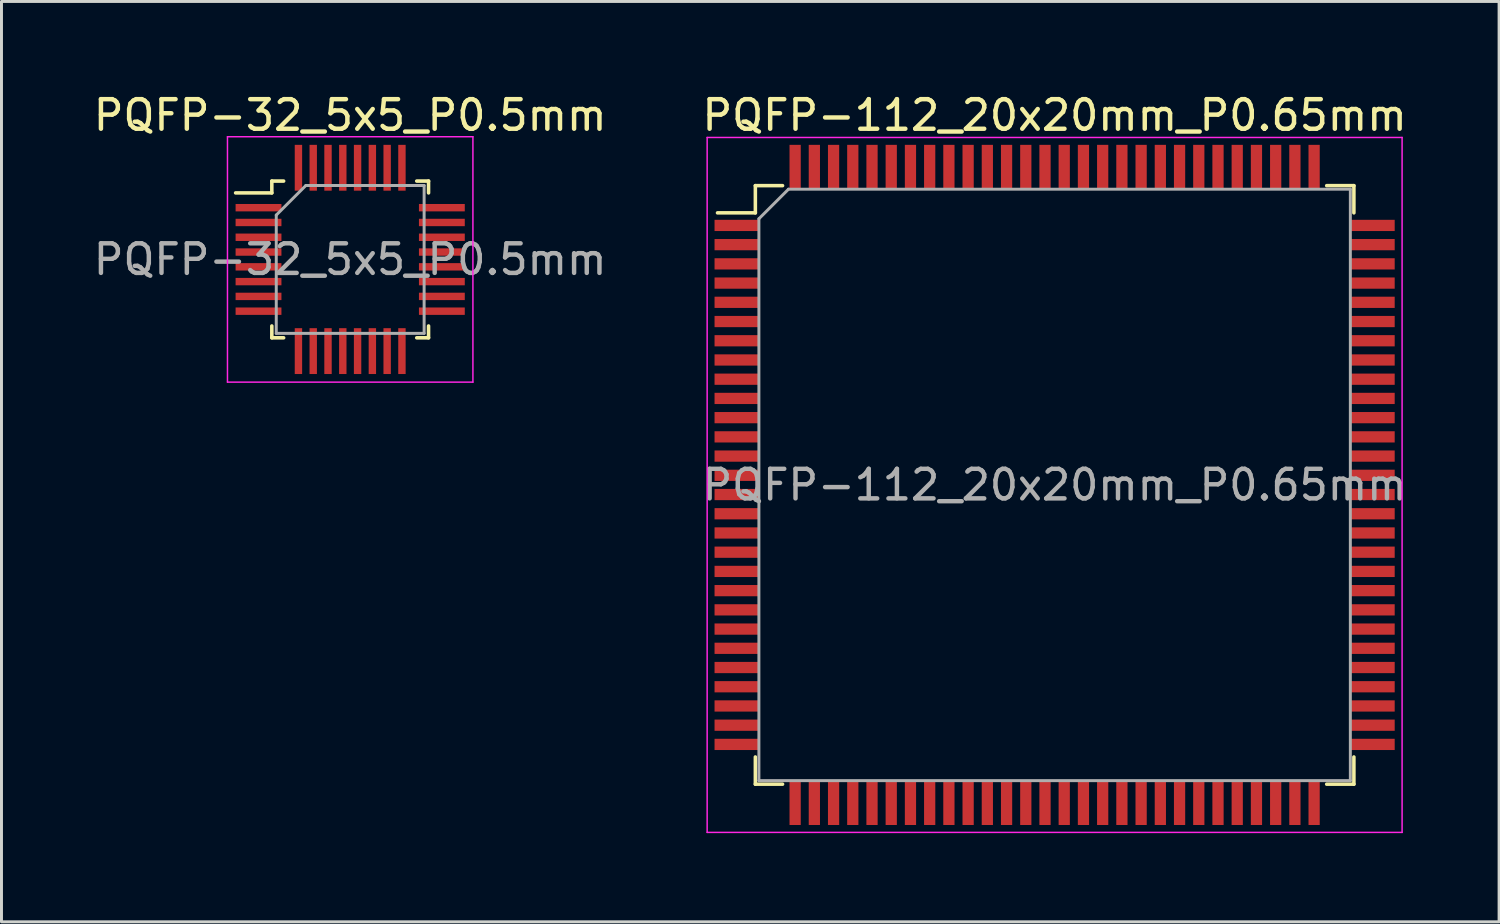
<source format=kicad_pcb>
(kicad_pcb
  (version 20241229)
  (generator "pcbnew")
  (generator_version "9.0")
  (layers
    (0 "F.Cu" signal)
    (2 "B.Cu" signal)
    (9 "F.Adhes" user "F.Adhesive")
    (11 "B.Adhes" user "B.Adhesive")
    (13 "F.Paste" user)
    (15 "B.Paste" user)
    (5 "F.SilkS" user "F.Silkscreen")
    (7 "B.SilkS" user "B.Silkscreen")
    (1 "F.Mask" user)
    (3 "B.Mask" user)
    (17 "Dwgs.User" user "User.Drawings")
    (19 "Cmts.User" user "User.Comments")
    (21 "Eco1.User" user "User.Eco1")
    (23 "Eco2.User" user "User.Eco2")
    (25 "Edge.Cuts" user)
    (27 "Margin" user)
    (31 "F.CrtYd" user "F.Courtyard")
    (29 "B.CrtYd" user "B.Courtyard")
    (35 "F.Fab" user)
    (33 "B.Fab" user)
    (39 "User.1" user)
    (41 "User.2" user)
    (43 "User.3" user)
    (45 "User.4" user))
  (footprint "PQFP-32_5x5_P0.5mm"
    (layer "F.Cu")
    (at 8.792 5.723)
    (property "Reference" "PQFP-32_5x5_P0.5mm" (at 0 -4.875 0) (layer "F.SilkS") (effects (font (size 1 1) (thickness 0.15))))
    (attr smd)
    (fp_line (start -2.65 -2.65) (end -2.65 -2.25) (stroke (width 0.12) (type solid)) (layer "F.SilkS"))
    (fp_line (start -2.65 -2.25) (end -3.875 -2.25) (stroke (width 0.12) (type solid)) (layer "F.SilkS"))
    (fp_line (start -2.65 2.65) (end -2.65 2.25) (stroke (width 0.12) (type solid)) (layer "F.SilkS"))
    (fp_line (start -2.25 -2.65) (end -2.65 -2.65) (stroke (width 0.12) (type solid)) (layer "F.SilkS"))
    (fp_line (start -2.25 2.65) (end -2.65 2.65) (stroke (width 0.12) (type solid)) (layer "F.SilkS"))
    (fp_line (start 2.25 -2.65) (end 2.65 -2.65) (stroke (width 0.12) (type solid)) (layer "F.SilkS"))
    (fp_line (start 2.25 2.65) (end 2.65 2.65) (stroke (width 0.12) (type solid)) (layer "F.SilkS"))
    (fp_line (start 2.65 -2.65) (end 2.65 -2.25) (stroke (width 0.12) (type solid)) (layer "F.SilkS"))
    (fp_line (start 2.65 2.65) (end 2.65 2.25) (stroke (width 0.12) (type solid)) (layer "F.SilkS"))
    (fp_line (start -4.15 -4.15) (end 4.15 -4.15) (stroke (width 0.05) (type solid)) (layer "F.CrtYd"))
    (fp_line (start -4.15 4.15) (end -4.15 -4.15) (stroke (width 0.05) (type solid)) (layer "F.CrtYd"))
    (fp_line (start 4.15 -4.15) (end 4.15 4.15) (stroke (width 0.05) (type solid)) (layer "F.CrtYd"))
    (fp_line (start 4.15 4.15) (end -4.15 4.15) (stroke (width 0.05) (type solid)) (layer "F.CrtYd"))
    (fp_line (start -2.5 -1.5) (end -2.5 2.5) (stroke (width 0.1) (type solid)) (layer "F.Fab"))
    (fp_line (start -2.5 2.5) (end 2.5 2.5) (stroke (width 0.1) (type solid)) (layer "F.Fab"))
    (fp_line (start -1.5 -2.5) (end -2.5 -1.5) (stroke (width 0.1) (type solid)) (layer "F.Fab"))
    (fp_line (start 2.5 -2.5) (end -1.5 -2.5) (stroke (width 0.1) (type solid)) (layer "F.Fab"))
    (fp_line (start 2.5 2.5) (end 2.5 -2.5) (stroke (width 0.1) (type solid)) (layer "F.Fab"))
    (fp_text user "${REFERENCE}" (at 0 0 0) (unlocked yes) (layer "F.Fab") (effects (font (size 1 1) (thickness 0.15))))
    (pad "1" smd rect (at -3.1 -1.75 90) (size 0.25 1.55) (layers "F.Cu" "F.Mask" "F.Paste"))
    (pad "2" smd rect (at -3.1 -1.25 90) (size 0.25 1.55) (layers "F.Cu" "F.Mask" "F.Paste"))
    (pad "3" smd rect (at -3.1 -0.75 90) (size 0.25 1.55) (layers "F.Cu" "F.Mask" "F.Paste"))
    (pad "4" smd rect (at -3.1 -0.25 90) (size 0.25 1.55) (layers "F.Cu" "F.Mask" "F.Paste"))
    (pad "5" smd rect (at -3.1 0.25 90) (size 0.25 1.55) (layers "F.Cu" "F.Mask" "F.Paste"))
    (pad "6" smd rect (at -3.1 0.75 90) (size 0.25 1.55) (layers "F.Cu" "F.Mask" "F.Paste"))
    (pad "7" smd rect (at -3.1 1.25 90) (size 0.25 1.55) (layers "F.Cu" "F.Mask" "F.Paste"))
    (pad "8" smd rect (at -3.1 1.75 90) (size 0.25 1.55) (layers "F.Cu" "F.Mask" "F.Paste"))
    (pad "9" smd rect (at -1.75 3.1) (size 0.25 1.55) (layers "F.Cu" "F.Mask" "F.Paste"))
    (pad "10" smd rect (at -1.25 3.1) (size 0.25 1.55) (layers "F.Cu" "F.Mask" "F.Paste"))
    (pad "11" smd rect (at -0.75 3.1) (size 0.25 1.55) (layers "F.Cu" "F.Mask" "F.Paste"))
    (pad "12" smd rect (at -0.25 3.1) (size 0.25 1.55) (layers "F.Cu" "F.Mask" "F.Paste"))
    (pad "13" smd rect (at 0.25 3.1) (size 0.25 1.55) (layers "F.Cu" "F.Mask" "F.Paste"))
    (pad "14" smd rect (at 0.75 3.1) (size 0.25 1.55) (layers "F.Cu" "F.Mask" "F.Paste"))
    (pad "15" smd rect (at 1.25 3.1) (size 0.25 1.55) (layers "F.Cu" "F.Mask" "F.Paste"))
    (pad "16" smd rect (at 1.75 3.1) (size 0.25 1.55) (layers "F.Cu" "F.Mask" "F.Paste"))
    (pad "17" smd rect (at 3.1 1.75 90) (size 0.25 1.55) (layers "F.Cu" "F.Mask" "F.Paste"))
    (pad "18" smd rect (at 3.1 1.25 90) (size 0.25 1.55) (layers "F.Cu" "F.Mask" "F.Paste"))
    (pad "19" smd rect (at 3.1 0.75 90) (size 0.25 1.55) (layers "F.Cu" "F.Mask" "F.Paste"))
    (pad "20" smd rect (at 3.1 0.25 90) (size 0.25 1.55) (layers "F.Cu" "F.Mask" "F.Paste"))
    (pad "21" smd rect (at 3.1 -0.25 90) (size 0.25 1.55) (layers "F.Cu" "F.Mask" "F.Paste"))
    (pad "22" smd rect (at 3.1 -0.75 90) (size 0.25 1.55) (layers "F.Cu" "F.Mask" "F.Paste"))
    (pad "23" smd rect (at 3.1 -1.25 90) (size 0.25 1.55) (layers "F.Cu" "F.Mask" "F.Paste"))
    (pad "24" smd rect (at 3.1 -1.75 90) (size 0.25 1.55) (layers "F.Cu" "F.Mask" "F.Paste"))
    (pad "25" smd rect (at 1.75 -3.1) (size 0.25 1.55) (layers "F.Cu" "F.Mask" "F.Paste"))
    (pad "26" smd rect (at 1.25 -3.1) (size 0.25 1.55) (layers "F.Cu" "F.Mask" "F.Paste"))
    (pad "27" smd rect (at 0.75 -3.1) (size 0.25 1.55) (layers "F.Cu" "F.Mask" "F.Paste"))
    (pad "28" smd rect (at 0.25 -3.1) (size 0.25 1.55) (layers "F.Cu" "F.Mask" "F.Paste"))
    (pad "29" smd rect (at -0.25 -3.1) (size 0.25 1.55) (layers "F.Cu" "F.Mask" "F.Paste"))
    (pad "30" smd rect (at -0.75 -3.1) (size 0.25 1.55) (layers "F.Cu" "F.Mask" "F.Paste"))
    (pad "31" smd rect (at -1.25 -3.1) (size 0.25 1.55) (layers "F.Cu" "F.Mask" "F.Paste"))
    (pad "32" smd rect (at -1.75 -3.1) (size 0.25 1.55) (layers "F.Cu" "F.Mask" "F.Paste")))
  (footprint "PQFP-112_20x20mm_P0.65mm"
    (layer "F.Cu")
    (at 32.613 13.348)
    (property "Reference" "PQFP-112_20x20mm_P0.65mm" (at 0 -12.5 0) (layer "F.SilkS") (effects (font (size 1 1) (thickness 0.15))))
    (attr smd)
    (fp_line (start -11.4 -9.2) (end -10.12 -9.2) (stroke (width 0.12) (type solid)) (layer "F.SilkS"))
    (fp_line (start -10.12 -10.12) (end -10.12 -9.2) (stroke (width 0.12) (type solid)) (layer "F.SilkS"))
    (fp_line (start -10.12 10.12) (end -10.12 9.2) (stroke (width 0.12) (type solid)) (layer "F.SilkS"))
    (fp_line (start -9.2 -10.12) (end -10.12 -10.12) (stroke (width 0.12) (type solid)) (layer "F.SilkS"))
    (fp_line (start -9.2 10.12) (end -10.12 10.12) (stroke (width 0.12) (type solid)) (layer "F.SilkS"))
    (fp_line (start 9.2 -10.12) (end 10.12 -10.12) (stroke (width 0.12) (type solid)) (layer "F.SilkS"))
    (fp_line (start 9.2 10.12) (end 10.12 10.12) (stroke (width 0.12) (type solid)) (layer "F.SilkS"))
    (fp_line (start 10.12 -10.12) (end 10.12 -9.2) (stroke (width 0.12) (type solid)) (layer "F.SilkS"))
    (fp_line (start 10.12 10.12) (end 10.12 9.2) (stroke (width 0.12) (type solid)) (layer "F.SilkS"))
    (fp_line (start -11.75 -11.75) (end -11.75 11.75) (stroke (width 0.05) (type solid)) (layer "F.CrtYd"))
    (fp_line (start -11.75 -11.75) (end 11.75 -11.75) (stroke (width 0.05) (type solid)) (layer "F.CrtYd"))
    (fp_line (start -11.75 11.75) (end 11.75 11.75) (stroke (width 0.05) (type solid)) (layer "F.CrtYd"))
    (fp_line (start 11.75 -11.75) (end 11.75 11.75) (stroke (width 0.05) (type solid)) (layer "F.CrtYd"))
    (fp_line (start -10 -9) (end -10 10) (stroke (width 0.1) (type solid)) (layer "F.Fab"))
    (fp_line (start -9 -10) (end -10 -9) (stroke (width 0.1) (type solid)) (layer "F.Fab"))
    (fp_line (start -9 -10) (end 10 -10) (stroke (width 0.1) (type solid)) (layer "F.Fab"))
    (fp_line (start 10 10) (end -10 10) (stroke (width 0.1) (type solid)) (layer "F.Fab"))
    (fp_line (start 10 10) (end 10 -10) (stroke (width 0.1) (type solid)) (layer "F.Fab"))
    (fp_text user "${REFERENCE}" (at 0 0 0) (layer "F.Fab") (effects (font (size 1 1) (thickness 0.15))))
    (pad "1" smd rect (at -10.75 -8.775) (size 1.5 0.38) (layers "F.Cu" "F.Mask" "F.Paste"))
    (pad "2" smd rect (at -10.75 -8.125) (size 1.5 0.38) (layers "F.Cu" "F.Mask" "F.Paste"))
    (pad "3" smd rect (at -10.75 -7.475) (size 1.5 0.38) (layers "F.Cu" "F.Mask" "F.Paste"))
    (pad "4" smd rect (at -10.75 -6.825) (size 1.5 0.38) (layers "F.Cu" "F.Mask" "F.Paste"))
    (pad "5" smd rect (at -10.75 -6.175) (size 1.5 0.38) (layers "F.Cu" "F.Mask" "F.Paste"))
    (pad "6" smd rect (at -10.75 -5.525) (size 1.5 0.38) (layers "F.Cu" "F.Mask" "F.Paste"))
    (pad "7" smd rect (at -10.75 -4.875) (size 1.5 0.38) (layers "F.Cu" "F.Mask" "F.Paste"))
    (pad "8" smd rect (at -10.75 -4.225) (size 1.5 0.38) (layers "F.Cu" "F.Mask" "F.Paste"))
    (pad "9" smd rect (at -10.75 -3.575) (size 1.5 0.38) (layers "F.Cu" "F.Mask" "F.Paste"))
    (pad "10" smd rect (at -10.75 -2.925) (size 1.5 0.38) (layers "F.Cu" "F.Mask" "F.Paste"))
    (pad "11" smd rect (at -10.75 -2.275) (size 1.5 0.38) (layers "F.Cu" "F.Mask" "F.Paste"))
    (pad "12" smd rect (at -10.75 -1.625) (size 1.5 0.38) (layers "F.Cu" "F.Mask" "F.Paste"))
    (pad "13" smd rect (at -10.75 -0.975) (size 1.5 0.38) (layers "F.Cu" "F.Mask" "F.Paste"))
    (pad "14" smd rect (at -10.75 -0.325) (size 1.5 0.38) (layers "F.Cu" "F.Mask" "F.Paste"))
    (pad "15" smd rect (at -10.75 0.325) (size 1.5 0.38) (layers "F.Cu" "F.Mask" "F.Paste"))
    (pad "16" smd rect (at -10.75 0.975) (size 1.5 0.38) (layers "F.Cu" "F.Mask" "F.Paste"))
    (pad "17" smd rect (at -10.75 1.625) (size 1.5 0.38) (layers "F.Cu" "F.Mask" "F.Paste"))
    (pad "18" smd rect (at -10.75 2.275) (size 1.5 0.38) (layers "F.Cu" "F.Mask" "F.Paste"))
    (pad "19" smd rect (at -10.75 2.925) (size 1.5 0.38) (layers "F.Cu" "F.Mask" "F.Paste"))
    (pad "20" smd rect (at -10.75 3.575) (size 1.5 0.38) (layers "F.Cu" "F.Mask" "F.Paste"))
    (pad "21" smd rect (at -10.75 4.225) (size 1.5 0.38) (layers "F.Cu" "F.Mask" "F.Paste"))
    (pad "22" smd rect (at -10.75 4.875) (size 1.5 0.38) (layers "F.Cu" "F.Mask" "F.Paste"))
    (pad "23" smd rect (at -10.75 5.525) (size 1.5 0.38) (layers "F.Cu" "F.Mask" "F.Paste"))
    (pad "24" smd rect (at -10.75 6.175) (size 1.5 0.38) (layers "F.Cu" "F.Mask" "F.Paste"))
    (pad "25" smd rect (at -10.75 6.825) (size 1.5 0.38) (layers "F.Cu" "F.Mask" "F.Paste"))
    (pad "26" smd rect (at -10.75 7.475) (size 1.5 0.38) (layers "F.Cu" "F.Mask" "F.Paste"))
    (pad "27" smd rect (at -10.75 8.125) (size 1.5 0.38) (layers "F.Cu" "F.Mask" "F.Paste"))
    (pad "28" smd rect (at -10.75 8.775) (size 1.5 0.38) (layers "F.Cu" "F.Mask" "F.Paste"))
    (pad "29" smd rect (at -8.775 10.75) (size 0.38 1.5) (layers "F.Cu" "F.Mask" "F.Paste"))
    (pad "30" smd rect (at -8.125 10.75) (size 0.38 1.5) (layers "F.Cu" "F.Mask" "F.Paste"))
    (pad "31" smd rect (at -7.475 10.75) (size 0.38 1.5) (layers "F.Cu" "F.Mask" "F.Paste"))
    (pad "32" smd rect (at -6.825 10.75) (size 0.38 1.5) (layers "F.Cu" "F.Mask" "F.Paste"))
    (pad "33" smd rect (at -6.175 10.75) (size 0.38 1.5) (layers "F.Cu" "F.Mask" "F.Paste"))
    (pad "34" smd rect (at -5.525 10.75) (size 0.38 1.5) (layers "F.Cu" "F.Mask" "F.Paste"))
    (pad "35" smd rect (at -4.875 10.75) (size 0.38 1.5) (layers "F.Cu" "F.Mask" "F.Paste"))
    (pad "36" smd rect (at -4.225 10.75) (size 0.38 1.5) (layers "F.Cu" "F.Mask" "F.Paste"))
    (pad "37" smd rect (at -3.575 10.75) (size 0.38 1.5) (layers "F.Cu" "F.Mask" "F.Paste"))
    (pad "38" smd rect (at -2.925 10.75) (size 0.38 1.5) (layers "F.Cu" "F.Mask" "F.Paste"))
    (pad "39" smd rect (at -2.275 10.75) (size 0.38 1.5) (layers "F.Cu" "F.Mask" "F.Paste"))
    (pad "40" smd rect (at -1.625 10.75) (size 0.38 1.5) (layers "F.Cu" "F.Mask" "F.Paste"))
    (pad "41" smd rect (at -0.975 10.75) (size 0.38 1.5) (layers "F.Cu" "F.Mask" "F.Paste"))
    (pad "42" smd rect (at -0.325 10.75) (size 0.38 1.5) (layers "F.Cu" "F.Mask" "F.Paste"))
    (pad "43" smd rect (at 0.325 10.75) (size 0.38 1.5) (layers "F.Cu" "F.Mask" "F.Paste"))
    (pad "44" smd rect (at 0.975 10.75) (size 0.38 1.5) (layers "F.Cu" "F.Mask" "F.Paste"))
    (pad "45" smd rect (at 1.625 10.75) (size 0.38 1.5) (layers "F.Cu" "F.Mask" "F.Paste"))
    (pad "46" smd rect (at 2.275 10.75) (size 0.38 1.5) (layers "F.Cu" "F.Mask" "F.Paste"))
    (pad "47" smd rect (at 2.925 10.75) (size 0.38 1.5) (layers "F.Cu" "F.Mask" "F.Paste"))
    (pad "48" smd rect (at 3.575 10.75) (size 0.38 1.5) (layers "F.Cu" "F.Mask" "F.Paste"))
    (pad "49" smd rect (at 4.225 10.75) (size 0.38 1.5) (layers "F.Cu" "F.Mask" "F.Paste"))
    (pad "50" smd rect (at 4.875 10.75) (size 0.38 1.5) (layers "F.Cu" "F.Mask" "F.Paste"))
    (pad "51" smd rect (at 5.525 10.75) (size 0.38 1.5) (layers "F.Cu" "F.Mask" "F.Paste"))
    (pad "52" smd rect (at 6.175 10.75) (size 0.38 1.5) (layers "F.Cu" "F.Mask" "F.Paste"))
    (pad "53" smd rect (at 6.825 10.75) (size 0.38 1.5) (layers "F.Cu" "F.Mask" "F.Paste"))
    (pad "54" smd rect (at 7.475 10.75) (size 0.38 1.5) (layers "F.Cu" "F.Mask" "F.Paste"))
    (pad "55" smd rect (at 8.125 10.75) (size 0.38 1.5) (layers "F.Cu" "F.Mask" "F.Paste"))
    (pad "56" smd rect (at 8.775 10.75) (size 0.38 1.5) (layers "F.Cu" "F.Mask" "F.Paste"))
    (pad "57" smd rect (at 10.75 8.775) (size 1.5 0.38) (layers "F.Cu" "F.Mask" "F.Paste"))
    (pad "58" smd rect (at 10.75 8.125) (size 1.5 0.38) (layers "F.Cu" "F.Mask" "F.Paste"))
    (pad "59" smd rect (at 10.75 7.475) (size 1.5 0.38) (layers "F.Cu" "F.Mask" "F.Paste"))
    (pad "60" smd rect (at 10.75 6.825) (size 1.5 0.38) (layers "F.Cu" "F.Mask" "F.Paste"))
    (pad "61" smd rect (at 10.75 6.175) (size 1.5 0.38) (layers "F.Cu" "F.Mask" "F.Paste"))
    (pad "62" smd rect (at 10.75 5.525) (size 1.5 0.38) (layers "F.Cu" "F.Mask" "F.Paste"))
    (pad "63" smd rect (at 10.75 4.875) (size 1.5 0.38) (layers "F.Cu" "F.Mask" "F.Paste"))
    (pad "64" smd rect (at 10.75 4.225) (size 1.5 0.38) (layers "F.Cu" "F.Mask" "F.Paste"))
    (pad "65" smd rect (at 10.75 3.575) (size 1.5 0.38) (layers "F.Cu" "F.Mask" "F.Paste"))
    (pad "66" smd rect (at 10.75 2.925) (size 1.5 0.38) (layers "F.Cu" "F.Mask" "F.Paste"))
    (pad "67" smd rect (at 10.75 2.275) (size 1.5 0.38) (layers "F.Cu" "F.Mask" "F.Paste"))
    (pad "68" smd rect (at 10.75 1.625) (size 1.5 0.38) (layers "F.Cu" "F.Mask" "F.Paste"))
    (pad "69" smd rect (at 10.75 0.975) (size 1.5 0.38) (layers "F.Cu" "F.Mask" "F.Paste"))
    (pad "70" smd rect (at 10.75 0.325) (size 1.5 0.38) (layers "F.Cu" "F.Mask" "F.Paste"))
    (pad "71" smd rect (at 10.75 -0.325) (size 1.5 0.38) (layers "F.Cu" "F.Mask" "F.Paste"))
    (pad "72" smd rect (at 10.75 -0.975) (size 1.5 0.38) (layers "F.Cu" "F.Mask" "F.Paste"))
    (pad "73" smd rect (at 10.75 -1.625) (size 1.5 0.38) (layers "F.Cu" "F.Mask" "F.Paste"))
    (pad "74" smd rect (at 10.75 -2.275) (size 1.5 0.38) (layers "F.Cu" "F.Mask" "F.Paste"))
    (pad "75" smd rect (at 10.75 -2.925) (size 1.5 0.38) (layers "F.Cu" "F.Mask" "F.Paste"))
    (pad "76" smd rect (at 10.75 -3.575) (size 1.5 0.38) (layers "F.Cu" "F.Mask" "F.Paste"))
    (pad "77" smd rect (at 10.75 -4.225) (size 1.5 0.38) (layers "F.Cu" "F.Mask" "F.Paste"))
    (pad "78" smd rect (at 10.75 -4.875) (size 1.5 0.38) (layers "F.Cu" "F.Mask" "F.Paste"))
    (pad "79" smd rect (at 10.75 -5.525) (size 1.5 0.38) (layers "F.Cu" "F.Mask" "F.Paste"))
    (pad "80" smd rect (at 10.75 -6.175) (size 1.5 0.38) (layers "F.Cu" "F.Mask" "F.Paste"))
    (pad "81" smd rect (at 10.75 -6.825) (size 1.5 0.38) (layers "F.Cu" "F.Mask" "F.Paste"))
    (pad "82" smd rect (at 10.75 -7.475) (size 1.5 0.38) (layers "F.Cu" "F.Mask" "F.Paste"))
    (pad "83" smd rect (at 10.75 -8.125) (size 1.5 0.38) (layers "F.Cu" "F.Mask" "F.Paste"))
    (pad "84" smd rect (at 10.75 -8.775) (size 1.5 0.38) (layers "F.Cu" "F.Mask" "F.Paste"))
    (pad "85" smd rect (at 8.775 -10.75) (size 0.38 1.5) (layers "F.Cu" "F.Mask" "F.Paste"))
    (pad "86" smd rect (at 8.125 -10.75) (size 0.38 1.5) (layers "F.Cu" "F.Mask" "F.Paste"))
    (pad "87" smd rect (at 7.475 -10.75) (size 0.38 1.5) (layers "F.Cu" "F.Mask" "F.Paste"))
    (pad "88" smd rect (at 6.825 -10.75) (size 0.38 1.5) (layers "F.Cu" "F.Mask" "F.Paste"))
    (pad "89" smd rect (at 6.175 -10.75) (size 0.38 1.5) (layers "F.Cu" "F.Mask" "F.Paste"))
    (pad "90" smd rect (at 5.525 -10.75) (size 0.38 1.5) (layers "F.Cu" "F.Mask" "F.Paste"))
    (pad "91" smd rect (at 4.875 -10.75) (size 0.38 1.5) (layers "F.Cu" "F.Mask" "F.Paste"))
    (pad "92" smd rect (at 4.225 -10.75) (size 0.38 1.5) (layers "F.Cu" "F.Mask" "F.Paste"))
    (pad "93" smd rect (at 3.575 -10.75) (size 0.38 1.5) (layers "F.Cu" "F.Mask" "F.Paste"))
    (pad "94" smd rect (at 2.925 -10.75) (size 0.38 1.5) (layers "F.Cu" "F.Mask" "F.Paste"))
    (pad "95" smd rect (at 2.275 -10.75) (size 0.38 1.5) (layers "F.Cu" "F.Mask" "F.Paste"))
    (pad "96" smd rect (at 1.625 -10.75) (size 0.38 1.5) (layers "F.Cu" "F.Mask" "F.Paste"))
    (pad "97" smd rect (at 0.975 -10.75) (size 0.38 1.5) (layers "F.Cu" "F.Mask" "F.Paste"))
    (pad "98" smd rect (at 0.325 -10.75) (size 0.38 1.5) (layers "F.Cu" "F.Mask" "F.Paste"))
    (pad "99" smd rect (at -0.325 -10.75) (size 0.38 1.5) (layers "F.Cu" "F.Mask" "F.Paste"))
    (pad "100" smd rect (at -0.975 -10.75) (size 0.38 1.5) (layers "F.Cu" "F.Mask" "F.Paste"))
    (pad "101" smd rect (at -1.625 -10.75) (size 0.38 1.5) (layers "F.Cu" "F.Mask" "F.Paste"))
    (pad "102" smd rect (at -2.275 -10.75) (size 0.38 1.5) (layers "F.Cu" "F.Mask" "F.Paste"))
    (pad "103" smd rect (at -2.925 -10.75) (size 0.38 1.5) (layers "F.Cu" "F.Mask" "F.Paste"))
    (pad "104" smd rect (at -3.575 -10.75) (size 0.38 1.5) (layers "F.Cu" "F.Mask" "F.Paste"))
    (pad "105" smd rect (at -4.225 -10.75) (size 0.38 1.5) (layers "F.Cu" "F.Mask" "F.Paste"))
    (pad "106" smd rect (at -4.875 -10.75) (size 0.38 1.5) (layers "F.Cu" "F.Mask" "F.Paste"))
    (pad "107" smd rect (at -5.525 -10.75) (size 0.38 1.5) (layers "F.Cu" "F.Mask" "F.Paste"))
    (pad "108" smd rect (at -6.175 -10.75) (size 0.38 1.5) (layers "F.Cu" "F.Mask" "F.Paste"))
    (pad "109" smd rect (at -6.825 -10.75) (size 0.38 1.5) (layers "F.Cu" "F.Mask" "F.Paste"))
    (pad "110" smd rect (at -7.475 -10.75) (size 0.38 1.5) (layers "F.Cu" "F.Mask" "F.Paste"))
    (pad "111" smd rect (at -8.125 -10.75) (size 0.38 1.5) (layers "F.Cu" "F.Mask" "F.Paste"))
    (pad "112" smd rect (at -8.775 -10.75) (size 0.38 1.5) (layers "F.Cu" "F.Mask" "F.Paste")))
  (gr_rect
    (start -3 -3)
    (end 47.643 28.123)
    (stroke (width 0.1) (type default))
    (fill no)
    (layer "Edge.Cuts")))
</source>
